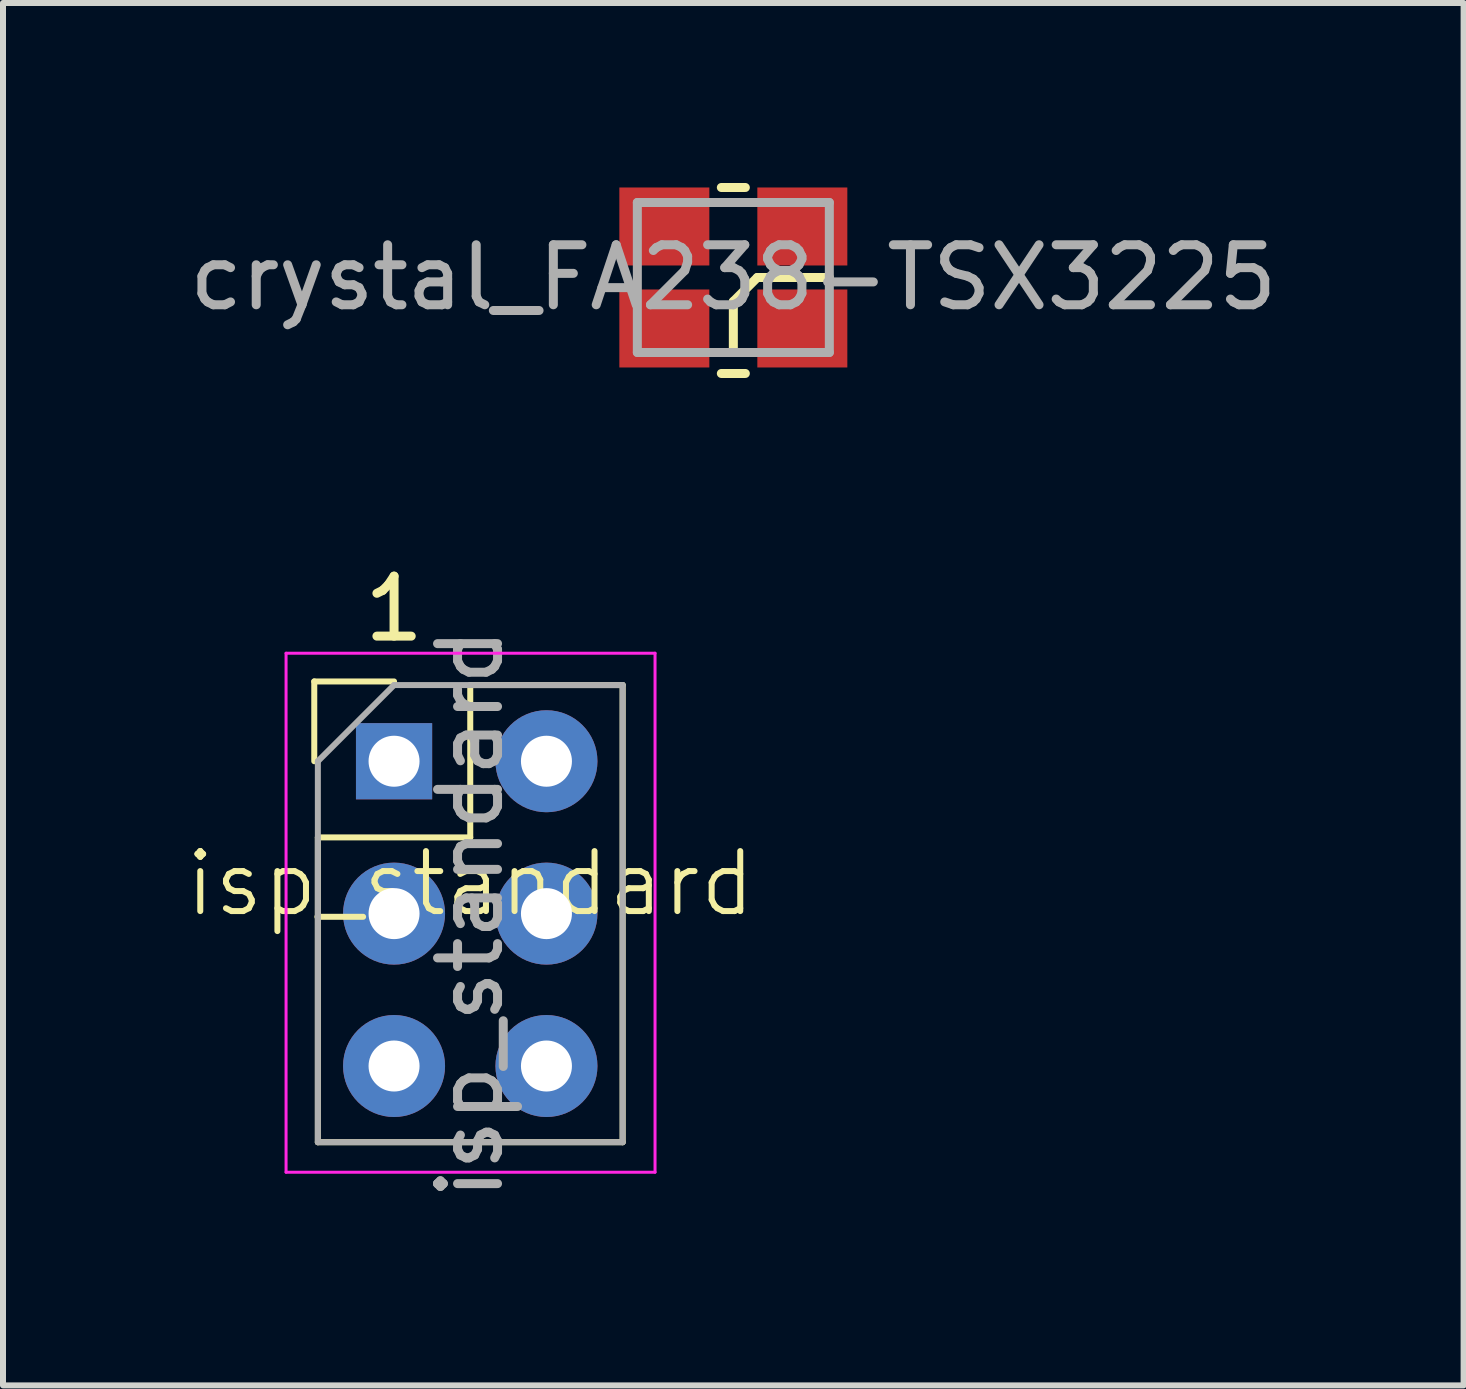
<source format=kicad_pcb>
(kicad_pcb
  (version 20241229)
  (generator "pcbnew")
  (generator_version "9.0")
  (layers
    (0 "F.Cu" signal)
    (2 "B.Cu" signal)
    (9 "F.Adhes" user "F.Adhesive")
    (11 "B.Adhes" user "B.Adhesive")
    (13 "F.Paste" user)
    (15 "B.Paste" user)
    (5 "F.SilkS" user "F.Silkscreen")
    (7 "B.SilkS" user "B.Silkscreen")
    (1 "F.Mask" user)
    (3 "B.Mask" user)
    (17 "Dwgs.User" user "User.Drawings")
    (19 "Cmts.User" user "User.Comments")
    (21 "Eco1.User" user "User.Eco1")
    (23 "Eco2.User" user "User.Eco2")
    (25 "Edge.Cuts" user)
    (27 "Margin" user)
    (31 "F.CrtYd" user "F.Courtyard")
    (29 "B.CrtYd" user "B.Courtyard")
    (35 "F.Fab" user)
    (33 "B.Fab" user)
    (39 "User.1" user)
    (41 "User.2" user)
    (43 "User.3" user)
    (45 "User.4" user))
  (footprint "crystal_FA238-TSX3225"
    (layer "F.Cu")
    (at 9.173 1.575)
    (property "Reference" "crystal_FA238-TSX3225" (at 0 0 180) (layer "F.Fab") (effects (font (size 1 1) (thickness 0.15))))
    (attr through_hole)
    (fp_line (start -0.2 -1.5) (end 0.2 -1.5) (stroke (width 0.15) (type solid)) (layer "F.SilkS"))
    (fp_line (start -0.2 1.6) (end 0.2 1.6) (stroke (width 0.15) (type solid)) (layer "F.SilkS"))
    (fp_line (start 0 0.4) (end 0 1.25) (stroke (width 0.15) (type solid)) (layer "F.SilkS"))
    (fp_line (start 0 0.4) (end 0.4 0) (stroke (width 0.15) (type solid)) (layer "F.SilkS"))
    (fp_line (start 0.4 0) (end 1.6 0) (stroke (width 0.15) (type solid)) (layer "F.SilkS"))
    (fp_line (start -1.6 -1.25) (end 1.6 -1.25) (stroke (width 0.15) (type solid)) (layer "F.Fab"))
    (fp_line (start -1.6 1.25) (end -1.6 -1.25) (stroke (width 0.15) (type solid)) (layer "F.Fab"))
    (fp_line (start 1.6 -1.25) (end 1.6 1.25) (stroke (width 0.15) (type solid)) (layer "F.Fab"))
    (fp_line (start 1.6 1.25) (end -1.6 1.25) (stroke (width 0.15) (type solid)) (layer "F.Fab"))
    (pad "1" smd rect (at -1.15 0.85) (size 1.5 1.3) (layers "F.Cu" "F.Mask" "F.Paste"))
    (pad "2" smd rect (at 1.15 -0.85) (size 1.5 1.3) (layers "F.Cu" "F.Mask" "F.Paste"))
    (pad "3" smd rect (at -1.15 -0.85) (size 1.5 1.3) (layers "F.Cu" "F.Mask" "F.Paste"))
    (pad "3" smd rect (at 1.15 0.85) (size 1.5 1.3) (layers "F.Cu" "F.Mask" "F.Paste")))
  (footprint "isp_standard"
    (layer "F.Cu")
    (at 4.788 12.178)
    (property "Reference" "isp_standard" (at 0 -0.5 0) (unlocked yes) (layer "F.SilkS") (effects (font (size 1 1) (thickness 0.1))))
    (fp_line (start -2.6 -3.87) (end -1.27 -3.87) (stroke (width 0.1) (type solid)) (layer "F.SilkS"))
    (fp_line (start -2.6 -2.54) (end -2.6 -3.87) (stroke (width 0.1) (type solid)) (layer "F.SilkS"))
    (fp_line (start -2.54 -1.27) (end -2.54 3.81) (stroke (width 0.1) (type default)) (layer "F.SilkS"))
    (fp_line (start -2.54 -1.27) (end 0 -1.27) (stroke (width 0.1) (type default)) (layer "F.SilkS"))
    (fp_line (start -2.54 3.81) (end 2.54 3.81) (stroke (width 0.1) (type default)) (layer "F.SilkS"))
    (fp_line (start 0 -3.81) (end 0 -1.27) (stroke (width 0.1) (type default)) (layer "F.SilkS"))
    (fp_line (start 2.54 -3.81) (end 0 -3.81) (stroke (width 0.1) (type default)) (layer "F.SilkS"))
    (fp_line (start 2.54 -3.81) (end 2.54 3.81) (stroke (width 0.1) (type default)) (layer "F.SilkS"))
    (fp_line (start -3.07 -4.34) (end -3.07 4.31) (stroke (width 0.05) (type solid)) (layer "F.CrtYd"))
    (fp_line (start -3.07 4.31) (end 3.08 4.31) (stroke (width 0.05) (type default)) (layer "F.CrtYd"))
    (fp_line (start 3.08 -4.34) (end -3.07 -4.34) (stroke (width 0.05) (type default)) (layer "F.CrtYd"))
    (fp_line (start 3.08 4.31) (end 3.08 -4.34) (stroke (width 0.05) (type solid)) (layer "F.CrtYd"))
    (fp_line (start -2.54 3.81) (end -2.54 -2.54) (stroke (width 0.1) (type solid)) (layer "F.Fab"))
    (fp_line (start -1.27 -3.81) (end -2.54 -2.54) (stroke (width 0.1) (type default)) (layer "F.Fab"))
    (fp_line (start -1.27 -3.81) (end 2.54 -3.81) (stroke (width 0.1) (type solid)) (layer "F.Fab"))
    (fp_line (start 2.54 -3.81) (end 2.54 3.81) (stroke (width 0.1) (type solid)) (layer "F.Fab"))
    (fp_line (start 2.54 3.81) (end -2.54 3.81) (stroke (width 0.1) (type default)) (layer "F.Fab"))
    (fp_text user "1" (at -1.27 -5.08 180) (layer "F.SilkS") (effects (font (size 1 1) (thickness 0.15))))
    (fp_text user "${REFERENCE}" (at 0 0 90) (unlocked yes) (layer "F.Fab") (effects (font (size 1 1) (thickness 0.15))))
    (pad "1" thru_hole rect (at -1.27 -2.54) (size 1.27 1.27) (drill 0.85) (layers "*.Cu" "*.Mask"))
    (pad "2" thru_hole circle (at 1.27 -2.54) (size 1.7 1.7) (drill 0.85) (layers "*.Cu" "*.Mask"))
    (pad "3" thru_hole circle (at -1.27 0) (size 1.7 1.7) (drill 0.85) (layers "*.Cu" "*.Mask"))
    (pad "4" thru_hole circle (at 1.27 0) (size 1.7 1.7) (drill 0.85) (layers "*.Cu" "*.Mask"))
    (pad "5" thru_hole circle (at -1.27 2.54) (size 1.7 1.7) (drill 0.85) (layers "*.Cu" "*.Mask"))
    (pad "6" thru_hole circle (at 1.27 2.54) (size 1.7 1.7) (drill 0.85) (layers "*.Cu" "*.Mask")))
  (gr_rect
    (start -3 -3)
    (end 21.345 20.041)
    (stroke (width 0.1) (type default))
    (fill no)
    (layer "Edge.Cuts")))
</source>
